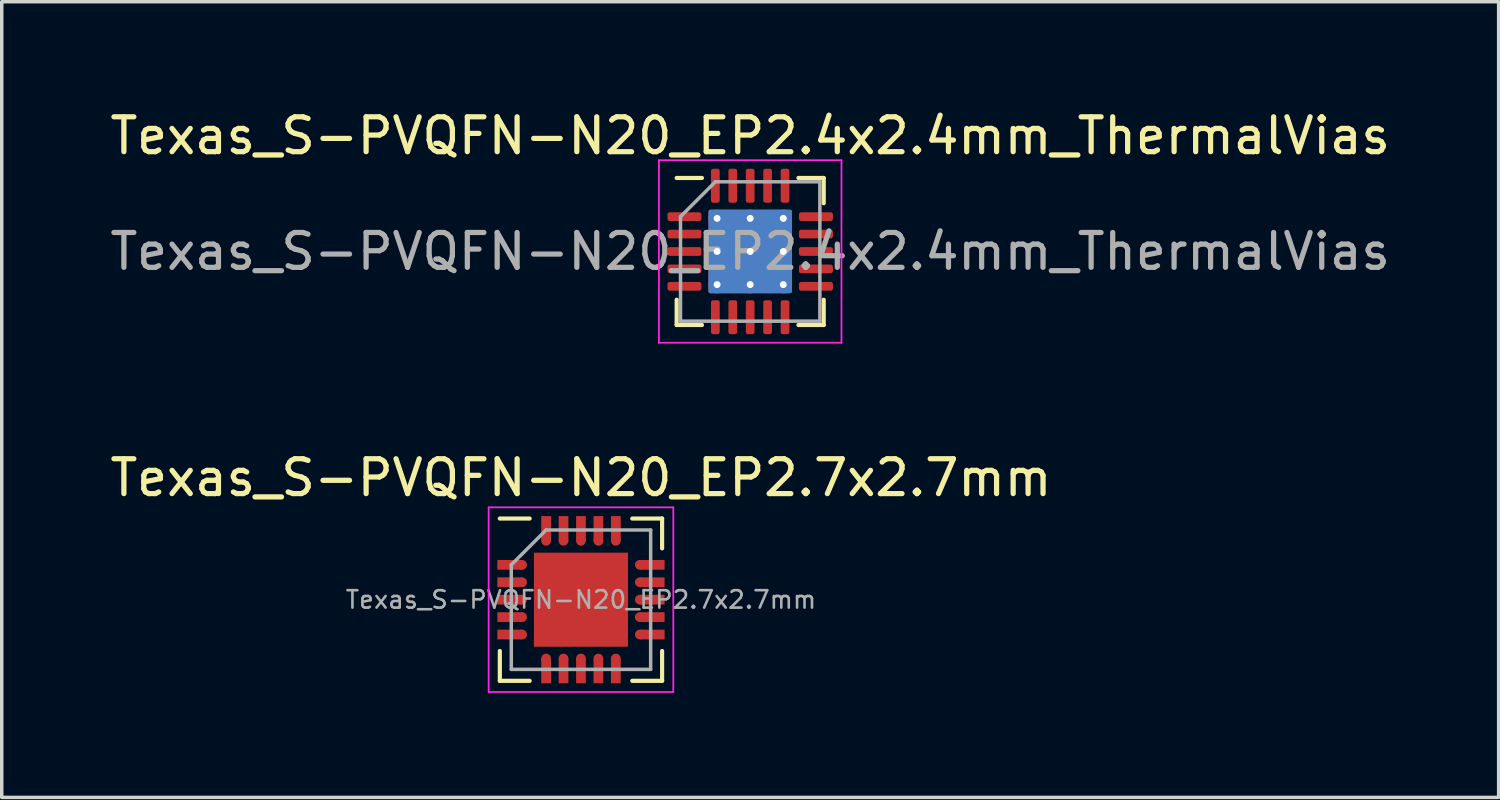
<source format=kicad_pcb>
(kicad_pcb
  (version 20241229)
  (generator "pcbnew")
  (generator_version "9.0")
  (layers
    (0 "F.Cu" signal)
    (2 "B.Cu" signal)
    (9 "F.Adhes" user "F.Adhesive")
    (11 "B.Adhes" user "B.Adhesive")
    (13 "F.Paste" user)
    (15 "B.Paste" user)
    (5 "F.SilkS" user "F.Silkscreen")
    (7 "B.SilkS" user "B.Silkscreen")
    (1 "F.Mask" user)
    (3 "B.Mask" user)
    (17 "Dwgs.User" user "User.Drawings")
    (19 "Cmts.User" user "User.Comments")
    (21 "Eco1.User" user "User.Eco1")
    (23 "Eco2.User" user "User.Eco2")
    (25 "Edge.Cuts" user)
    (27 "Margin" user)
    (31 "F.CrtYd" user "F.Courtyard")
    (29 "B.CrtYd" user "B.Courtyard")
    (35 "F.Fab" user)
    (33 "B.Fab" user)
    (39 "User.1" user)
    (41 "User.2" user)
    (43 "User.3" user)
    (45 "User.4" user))
  (footprint "Texas_S-PVQFN-N20_EP2.7x2.7mm"
    (layer "F.Cu")
    (at 13.625 14.162)
    (property "Reference" "Texas_S-PVQFN-N20_EP2.7x2.7mm" (at 0 -3.5 0) (layer "F.SilkS") (effects (font (size 1 1) (thickness 0.15))))
    (attr smd)
    (fp_line (start -2.329 1.473) (end -2.329 2.329) (stroke (width 0.12) (type solid)) (layer "F.SilkS"))
    (fp_line (start -2.329 2.329) (end -1.473 2.329) (stroke (width 0.12) (type solid)) (layer "F.SilkS"))
    (fp_line (start -1.473 -2.329) (end -2.329 -2.329) (stroke (width 0.12) (type solid)) (layer "F.SilkS"))
    (fp_line (start 1.473 2.329) (end 2.329 2.329) (stroke (width 0.12) (type solid)) (layer "F.SilkS"))
    (fp_line (start 2.329 -2.329) (end 1.473 -2.329) (stroke (width 0.12) (type solid)) (layer "F.SilkS"))
    (fp_line (start 2.329 -1.473) (end 2.329 -2.329) (stroke (width 0.12) (type solid)) (layer "F.SilkS"))
    (fp_line (start 2.329 2.329) (end 2.329 1.473) (stroke (width 0.12) (type solid)) (layer "F.SilkS"))
    (fp_line (start -2.65 -2.65) (end -2.65 2.65) (stroke (width 0.05) (type solid)) (layer "F.CrtYd"))
    (fp_line (start -2.65 -2.65) (end 2.65 -2.65) (stroke (width 0.05) (type solid)) (layer "F.CrtYd"))
    (fp_line (start -2.65 2.65) (end 2.65 2.65) (stroke (width 0.05) (type solid)) (layer "F.CrtYd"))
    (fp_line (start 2.65 2.65) (end 2.65 -2.65) (stroke (width 0.05) (type solid)) (layer "F.CrtYd"))
    (fp_line (start -2 -1) (end -2 2) (stroke (width 0.1) (type solid)) (layer "F.Fab"))
    (fp_line (start -2 -1) (end -1 -2) (stroke (width 0.1) (type solid)) (layer "F.Fab"))
    (fp_line (start -2 2) (end 2 2) (stroke (width 0.1) (type solid)) (layer "F.Fab"))
    (fp_line (start 2 -2) (end -1 -2) (stroke (width 0.1) (type solid)) (layer "F.Fab"))
    (fp_line (start 2 2) (end 2 -2) (stroke (width 0.1) (type solid)) (layer "F.Fab"))
    (fp_text user "${REFERENCE}" (at 0 0 0) (layer "F.Fab") (effects (font (size 0.5 0.5) (thickness 0.075))))
    (pad "" smd rect (at -0.7 -0.7) (size 1.1 1.1) (layers "F.Paste"))
    (pad "" smd rect (at -0.7 0.7) (size 1.1 1.1) (layers "F.Paste"))
    (pad "" smd rect (at 0.7 -0.7) (size 1.1 1.1) (layers "F.Paste"))
    (pad "" smd rect (at 0.7 0.7) (size 1.1 1.1) (layers "F.Paste"))
    (pad "1" smd rect (at -2.045 -1 90) (size 0.28 0.71) (layers "F.Cu" "F.Mask" "F.Paste"))
    (pad "1" smd circle (at -1.69 -1) (size 0.28 0.28) (layers "F.Cu" "F.Mask" "F.Paste"))
    (pad "2" smd rect (at -2.045 -0.5 90) (size 0.28 0.71) (layers "F.Cu" "F.Mask" "F.Paste"))
    (pad "2" smd circle (at -1.69 -0.5) (size 0.28 0.28) (layers "F.Cu" "F.Mask" "F.Paste"))
    (pad "3" smd rect (at -2.045 0 90) (size 0.28 0.71) (layers "F.Cu" "F.Mask" "F.Paste"))
    (pad "3" smd circle (at -1.69 0) (size 0.28 0.28) (layers "F.Cu" "F.Mask" "F.Paste"))
    (pad "4" smd rect (at -2.045 0.5 90) (size 0.28 0.71) (layers "F.Cu" "F.Mask" "F.Paste"))
    (pad "4" smd circle (at -1.69 0.5) (size 0.28 0.28) (layers "F.Cu" "F.Mask" "F.Paste"))
    (pad "5" smd rect (at -2.045 1 90) (size 0.28 0.71) (layers "F.Cu" "F.Mask" "F.Paste"))
    (pad "5" smd circle (at -1.69 1) (size 0.28 0.28) (layers "F.Cu" "F.Mask" "F.Paste"))
    (pad "6" smd circle (at -1 1.69) (size 0.28 0.28) (layers "F.Cu" "F.Mask" "F.Paste"))
    (pad "6" smd rect (at -1 2.045) (size 0.28 0.71) (layers "F.Cu" "F.Mask" "F.Paste"))
    (pad "7" smd circle (at -0.5 1.69) (size 0.28 0.28) (layers "F.Cu" "F.Mask" "F.Paste"))
    (pad "7" smd rect (at -0.5 2.045) (size 0.28 0.71) (layers "F.Cu" "F.Mask" "F.Paste"))
    (pad "8" smd circle (at 0 1.69) (size 0.28 0.28) (layers "F.Cu" "F.Mask" "F.Paste"))
    (pad "8" smd rect (at 0 2.045) (size 0.28 0.71) (layers "F.Cu" "F.Mask" "F.Paste"))
    (pad "9" smd circle (at 0.5 1.69) (size 0.28 0.28) (layers "F.Cu" "F.Mask" "F.Paste"))
    (pad "9" smd rect (at 0.5 2.045) (size 0.28 0.71) (layers "F.Cu" "F.Mask" "F.Paste"))
    (pad "10" smd circle (at 1 1.69) (size 0.28 0.28) (layers "F.Cu" "F.Mask" "F.Paste"))
    (pad "10" smd rect (at 1 2.045) (size 0.28 0.71) (layers "F.Cu" "F.Mask" "F.Paste"))
    (pad "11" smd circle (at 1.69 1) (size 0.28 0.28) (layers "F.Cu" "F.Mask" "F.Paste"))
    (pad "11" smd rect (at 2.045 1 90) (size 0.28 0.71) (layers "F.Cu" "F.Mask" "F.Paste"))
    (pad "12" smd circle (at 1.69 0.5) (size 0.28 0.28) (layers "F.Cu" "F.Mask" "F.Paste"))
    (pad "12" smd rect (at 2.045 0.5 90) (size 0.28 0.71) (layers "F.Cu" "F.Mask" "F.Paste"))
    (pad "13" smd circle (at 1.69 0) (size 0.28 0.28) (layers "F.Cu" "F.Mask" "F.Paste"))
    (pad "13" smd rect (at 2.045 0 90) (size 0.28 0.71) (layers "F.Cu" "F.Mask" "F.Paste"))
    (pad "14" smd circle (at 1.69 -0.5) (size 0.28 0.28) (layers "F.Cu" "F.Mask" "F.Paste"))
    (pad "14" smd rect (at 2.045 -0.5 90) (size 0.28 0.71) (layers "F.Cu" "F.Mask" "F.Paste"))
    (pad "15" smd circle (at 1.69 -1) (size 0.28 0.28) (layers "F.Cu" "F.Mask" "F.Paste"))
    (pad "15" smd rect (at 2.045 -1 90) (size 0.28 0.71) (layers "F.Cu" "F.Mask" "F.Paste"))
    (pad "16" smd rect (at 1 -2.045) (size 0.28 0.71) (layers "F.Cu" "F.Mask" "F.Paste"))
    (pad "16" smd circle (at 1 -1.69) (size 0.28 0.28) (layers "F.Cu" "F.Mask" "F.Paste"))
    (pad "17" smd rect (at 0.5 -2.045) (size 0.28 0.71) (layers "F.Cu" "F.Mask" "F.Paste"))
    (pad "17" smd circle (at 0.5 -1.69) (size 0.28 0.28) (layers "F.Cu" "F.Mask" "F.Paste"))
    (pad "18" smd rect (at 0 -2.045) (size 0.28 0.71) (layers "F.Cu" "F.Mask" "F.Paste"))
    (pad "18" smd circle (at 0 -1.69) (size 0.28 0.28) (layers "F.Cu" "F.Mask" "F.Paste"))
    (pad "19" smd rect (at -0.5 -2.045) (size 0.28 0.71) (layers "F.Cu" "F.Mask" "F.Paste"))
    (pad "19" smd circle (at -0.5 -1.69) (size 0.28 0.28) (layers "F.Cu" "F.Mask" "F.Paste"))
    (pad "20" smd rect (at -1 -2.045) (size 0.28 0.71) (layers "F.Cu" "F.Mask" "F.Paste"))
    (pad "20" smd circle (at -1 -1.69) (size 0.28 0.28) (layers "F.Cu" "F.Mask" "F.Paste"))
    (pad "21" smd rect (at 0 0) (size 2.7 2.7) (layers "F.Cu" "F.Mask")))
  (footprint "Texas_S-PVQFN-N20_EP2.4x2.4mm_ThermalVias"
    (layer "F.Cu")
    (at 18.482 4.168)
    (property "Reference" "Texas_S-PVQFN-N20_EP2.4x2.4mm_ThermalVias" (at 0 -3.32 0) (layer "F.SilkS") (effects (font (size 1 1) (thickness 0.15))))
    (attr smd)
    (fp_line (start -2.11 2.11) (end -2.11 1.385) (stroke (width 0.12) (type solid)) (layer "F.SilkS"))
    (fp_line (start -1.385 -2.11) (end -2.11 -2.11) (stroke (width 0.12) (type solid)) (layer "F.SilkS"))
    (fp_line (start -1.385 2.11) (end -2.11 2.11) (stroke (width 0.12) (type solid)) (layer "F.SilkS"))
    (fp_line (start 1.385 -2.11) (end 2.11 -2.11) (stroke (width 0.12) (type solid)) (layer "F.SilkS"))
    (fp_line (start 1.385 2.11) (end 2.11 2.11) (stroke (width 0.12) (type solid)) (layer "F.SilkS"))
    (fp_line (start 2.11 -2.11) (end 2.11 -1.385) (stroke (width 0.12) (type solid)) (layer "F.SilkS"))
    (fp_line (start 2.11 2.11) (end 2.11 1.385) (stroke (width 0.12) (type solid)) (layer "F.SilkS"))
    (fp_line (start -2.62 -2.62) (end -2.62 2.62) (stroke (width 0.05) (type solid)) (layer "F.CrtYd"))
    (fp_line (start -2.62 2.62) (end 2.62 2.62) (stroke (width 0.05) (type solid)) (layer "F.CrtYd"))
    (fp_line (start 2.62 -2.62) (end -2.62 -2.62) (stroke (width 0.05) (type solid)) (layer "F.CrtYd"))
    (fp_line (start 2.62 2.62) (end 2.62 -2.62) (stroke (width 0.05) (type solid)) (layer "F.CrtYd"))
    (fp_line (start -2 -1) (end -1 -2) (stroke (width 0.1) (type solid)) (layer "F.Fab"))
    (fp_line (start -2 2) (end -2 -1) (stroke (width 0.1) (type solid)) (layer "F.Fab"))
    (fp_line (start -1 -2) (end 2 -2) (stroke (width 0.1) (type solid)) (layer "F.Fab"))
    (fp_line (start 2 -2) (end 2 2) (stroke (width 0.1) (type solid)) (layer "F.Fab"))
    (fp_line (start 2 2) (end -2 2) (stroke (width 0.1) (type solid)) (layer "F.Fab"))
    (fp_text user "${REFERENCE}" (at 0 0 0) (layer "F.Fab") (effects (font (size 1 1) (thickness 0.15))))
    (pad "" smd custom (at -0.475 -0.475) (size 0.72 0.72) (layers "F.Paste") (options (anchor circle)) (primitives (gr_poly (pts (xy -0.296 -0.19) (xy -0.19 -0.296) (xy 0.19 -0.296) (xy 0.296 -0.19) (xy 0.296 0.19) (xy 0.19 0.296) (xy -0.19 0.296) (xy -0.296 0.19)) (width 0.256) (fill yes))))
    (pad "" smd custom (at -0.475 0.475) (size 0.72 0.72) (layers "F.Paste") (options (anchor circle)) (primitives (gr_poly (pts (xy -0.296 -0.19) (xy -0.19 -0.296) (xy 0.19 -0.296) (xy 0.296 -0.19) (xy 0.296 0.19) (xy 0.19 0.296) (xy -0.19 0.296) (xy -0.296 0.19)) (width 0.256) (fill yes))))
    (pad "" smd custom (at 0.475 -0.475) (size 0.72 0.72) (layers "F.Paste") (options (anchor circle)) (primitives (gr_poly (pts (xy -0.296 -0.19) (xy -0.19 -0.296) (xy 0.19 -0.296) (xy 0.296 -0.19) (xy 0.296 0.19) (xy 0.19 0.296) (xy -0.19 0.296) (xy -0.296 0.19)) (width 0.256) (fill yes))))
    (pad "" smd custom (at 0.475 0.475) (size 0.72 0.72) (layers "F.Paste") (options (anchor circle)) (primitives (gr_poly (pts (xy -0.296 -0.19) (xy -0.19 -0.296) (xy 0.19 -0.296) (xy 0.296 -0.19) (xy 0.296 0.19) (xy 0.19 0.296) (xy -0.19 0.296) (xy -0.296 0.19)) (width 0.256) (fill yes))))
    (pad "1" smd roundrect (at -1.887 -1) (size 0.975 0.25) (layers "F.Cu" "F.Mask" "F.Paste") (roundrect_rratio 0.25))
    (pad "2" smd roundrect (at -1.887 -0.5) (size 0.975 0.25) (layers "F.Cu" "F.Mask" "F.Paste") (roundrect_rratio 0.25))
    (pad "3" smd roundrect (at -1.887 0) (size 0.975 0.25) (layers "F.Cu" "F.Mask" "F.Paste") (roundrect_rratio 0.25))
    (pad "4" smd roundrect (at -1.887 0.5) (size 0.975 0.25) (layers "F.Cu" "F.Mask" "F.Paste") (roundrect_rratio 0.25))
    (pad "5" smd roundrect (at -1.887 1) (size 0.975 0.25) (layers "F.Cu" "F.Mask" "F.Paste") (roundrect_rratio 0.25))
    (pad "6" smd roundrect (at -1 1.887) (size 0.25 0.975) (layers "F.Cu" "F.Mask" "F.Paste") (roundrect_rratio 0.25))
    (pad "7" smd roundrect (at -0.5 1.887) (size 0.25 0.975) (layers "F.Cu" "F.Mask" "F.Paste") (roundrect_rratio 0.25))
    (pad "8" smd roundrect (at 0 1.887) (size 0.25 0.975) (layers "F.Cu" "F.Mask" "F.Paste") (roundrect_rratio 0.25))
    (pad "9" smd roundrect (at 0.5 1.887) (size 0.25 0.975) (layers "F.Cu" "F.Mask" "F.Paste") (roundrect_rratio 0.25))
    (pad "10" smd roundrect (at 1 1.887) (size 0.25 0.975) (layers "F.Cu" "F.Mask" "F.Paste") (roundrect_rratio 0.25))
    (pad "11" smd roundrect (at 1.887 1) (size 0.975 0.25) (layers "F.Cu" "F.Mask" "F.Paste") (roundrect_rratio 0.25))
    (pad "12" smd roundrect (at 1.887 0.5) (size 0.975 0.25) (layers "F.Cu" "F.Mask" "F.Paste") (roundrect_rratio 0.25))
    (pad "13" smd roundrect (at 1.887 0) (size 0.975 0.25) (layers "F.Cu" "F.Mask" "F.Paste") (roundrect_rratio 0.25))
    (pad "14" smd roundrect (at 1.887 -0.5) (size 0.975 0.25) (layers "F.Cu" "F.Mask" "F.Paste") (roundrect_rratio 0.25))
    (pad "15" smd roundrect (at 1.887 -1) (size 0.975 0.25) (layers "F.Cu" "F.Mask" "F.Paste") (roundrect_rratio 0.25))
    (pad "16" smd roundrect (at 1 -1.887) (size 0.25 0.975) (layers "F.Cu" "F.Mask" "F.Paste") (roundrect_rratio 0.25))
    (pad "17" smd roundrect (at 0.5 -1.887) (size 0.25 0.975) (layers "F.Cu" "F.Mask" "F.Paste") (roundrect_rratio 0.25))
    (pad "18" smd roundrect (at 0 -1.887) (size 0.25 0.975) (layers "F.Cu" "F.Mask" "F.Paste") (roundrect_rratio 0.25))
    (pad "19" smd roundrect (at -0.5 -1.887) (size 0.25 0.975) (layers "F.Cu" "F.Mask" "F.Paste") (roundrect_rratio 0.25))
    (pad "20" smd roundrect (at -1 -1.887) (size 0.25 0.975) (layers "F.Cu" "F.Mask" "F.Paste") (roundrect_rratio 0.25))
    (pad "21" thru_hole circle (at -0.95 -0.95) (size 0.5 0.5) (drill 0.2) (layers "*.Cu"))
    (pad "21" thru_hole circle (at -0.95 0) (size 0.5 0.5) (drill 0.2) (layers "*.Cu"))
    (pad "21" thru_hole circle (at -0.95 0.95) (size 0.5 0.5) (drill 0.2) (layers "*.Cu"))
    (pad "21" thru_hole circle (at 0 -0.95) (size 0.5 0.5) (drill 0.2) (layers "*.Cu"))
    (pad "21" thru_hole circle (at 0 0) (size 0.5 0.5) (drill 0.2) (layers "*.Cu"))
    (pad "21" smd roundrect (at 0 0) (size 2.4 2.4) (layers "F.Cu" "F.Mask") (roundrect_rratio 0.026))
    (pad "21" smd roundrect (at 0 0) (size 2.4 2.4) (layers "B.Cu") (roundrect_rratio 0.026))
    (pad "21" thru_hole circle (at 0 0.95) (size 0.5 0.5) (drill 0.2) (layers "*.Cu"))
    (pad "21" thru_hole circle (at 0.95 -0.95) (size 0.5 0.5) (drill 0.2) (layers "*.Cu"))
    (pad "21" thru_hole circle (at 0.95 0) (size 0.5 0.5) (drill 0.2) (layers "*.Cu"))
    (pad "21" thru_hole circle (at 0.95 0.95) (size 0.5 0.5) (drill 0.2) (layers "*.Cu")))
  (gr_rect
    (start -3 -3)
    (end 39.964 19.837)
    (stroke (width 0.1) (type default))
    (fill no)
    (layer "Edge.Cuts")))
</source>
